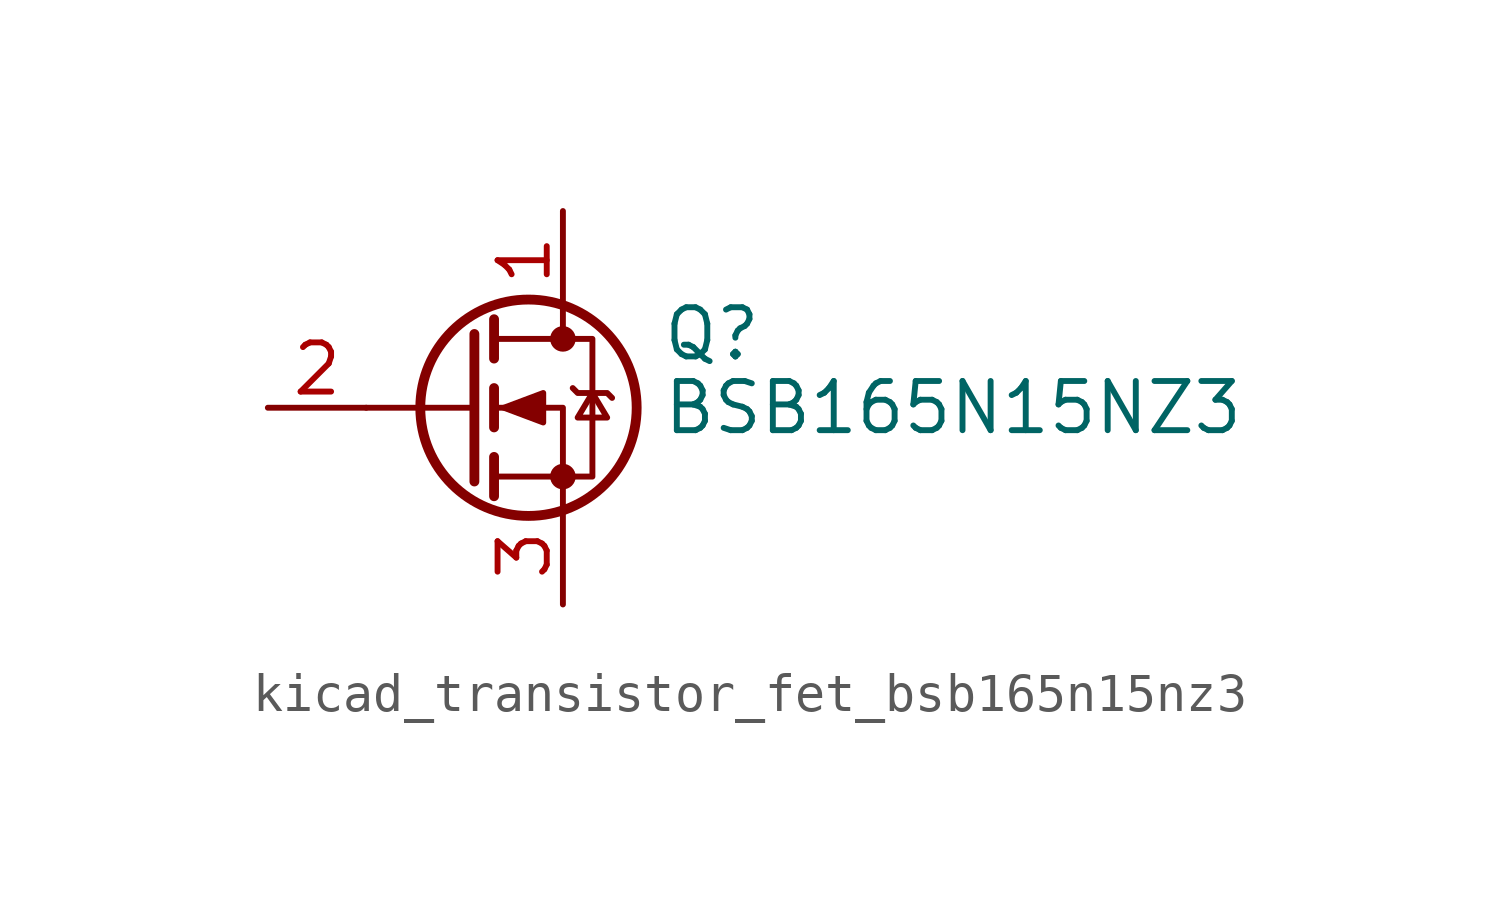
<source format=kicad_sym>
(kicad_symbol_lib
  (version 20220914)
  (generator kicad_symbol_editor)
  (symbol "kicad_transistor_fet_bsb165n15nz3"
    (pin_names hide)
    (property "Reference" "Q"
      (at 5.08 1.905 0)
      (effects (font (size 1.27 1.27)) (justify left)))
    (property "Value" "BSB165N15NZ3"
      (at 5.08 0 0)
      (effects (font (size 1.27 1.27)) (justify left)))
    (symbol "kicad_transistor_fet_bsb165n15nz3_0_1"
      (polyline (pts (xy 0.254 0) (xy -2.54 0)) (stroke (width 0) (type default)) (fill (type none)))
      (polyline (pts (xy 0.254 1.905) (xy 0.254 -1.905)) (stroke (width 0.254) (type default)) (fill (type none)))
      (polyline (pts (xy 0.762 -1.27) (xy 0.762 -2.286)) (stroke (width 0.254) (type default)) (fill (type none)))
      (polyline (pts (xy 0.762 0.508) (xy 0.762 -0.508)) (stroke (width 0.254) (type default)) (fill (type none)))
      (polyline (pts (xy 0.762 2.286) (xy 0.762 1.27)) (stroke (width 0.254) (type default)) (fill (type none)))
      (polyline (pts (xy 2.54 2.54) (xy 2.54 1.778)) (stroke (width 0) (type default)) (fill (type none)))
      (polyline (pts (xy 2.54 -2.54) (xy 2.54 0) (xy 0.762 0)) (stroke (width 0) (type default)) (fill (type none)))
      (polyline (pts (xy 0.762 -1.778) (xy 3.302 -1.778) (xy 3.302 1.778) (xy 0.762 1.778)) (stroke (width 0) (type default)) (fill (type none)))
      (polyline (pts (xy 1.016 0) (xy 2.032 0.381) (xy 2.032 -0.381) (xy 1.016 0)) (stroke (width 0) (type default)) (fill (type outline)))
      (polyline (pts (xy 2.794 0.508) (xy 2.921 0.381) (xy 3.683 0.381) (xy 3.81 0.254)) (stroke (width 0) (type default)) (fill (type none)))
      (polyline (pts (xy 3.302 0.381) (xy 2.921 -0.254) (xy 3.683 -0.254) (xy 3.302 0.381)) (stroke (width 0) (type default)) (fill (type none)))
      (circle (center 1.651 0) (radius 2.794) (stroke (width 0.254) (type default)) (fill (type none)))
      (circle (center 2.54 -1.778) (radius 0.254) (stroke (width 0) (type default)) (fill (type outline)))
      (circle (center 2.54 1.778) (radius 0.254) (stroke (width 0) (type default)) (fill (type outline))))
    (symbol "kicad_transistor_fet_bsb165n15nz3_1_1"
      (pin passive line (at 2.54 5.08 270) (length 2.54) (name "D" (effects (font (size 1.27 1.27)))) (number "1" (effects (font (size 1.27 1.27)))))
      (pin input line (at -5.08 0 0) (length 2.54) (name "G" (effects (font (size 1.27 1.27)))) (number "2" (effects (font (size 1.27 1.27)))))
      (pin passive line (at 2.54 -5.08 90) (length 2.54) (name "S" (effects (font (size 1.27 1.27)))) (number "3" (effects (font (size 1.27 1.27))))))))
</source>
